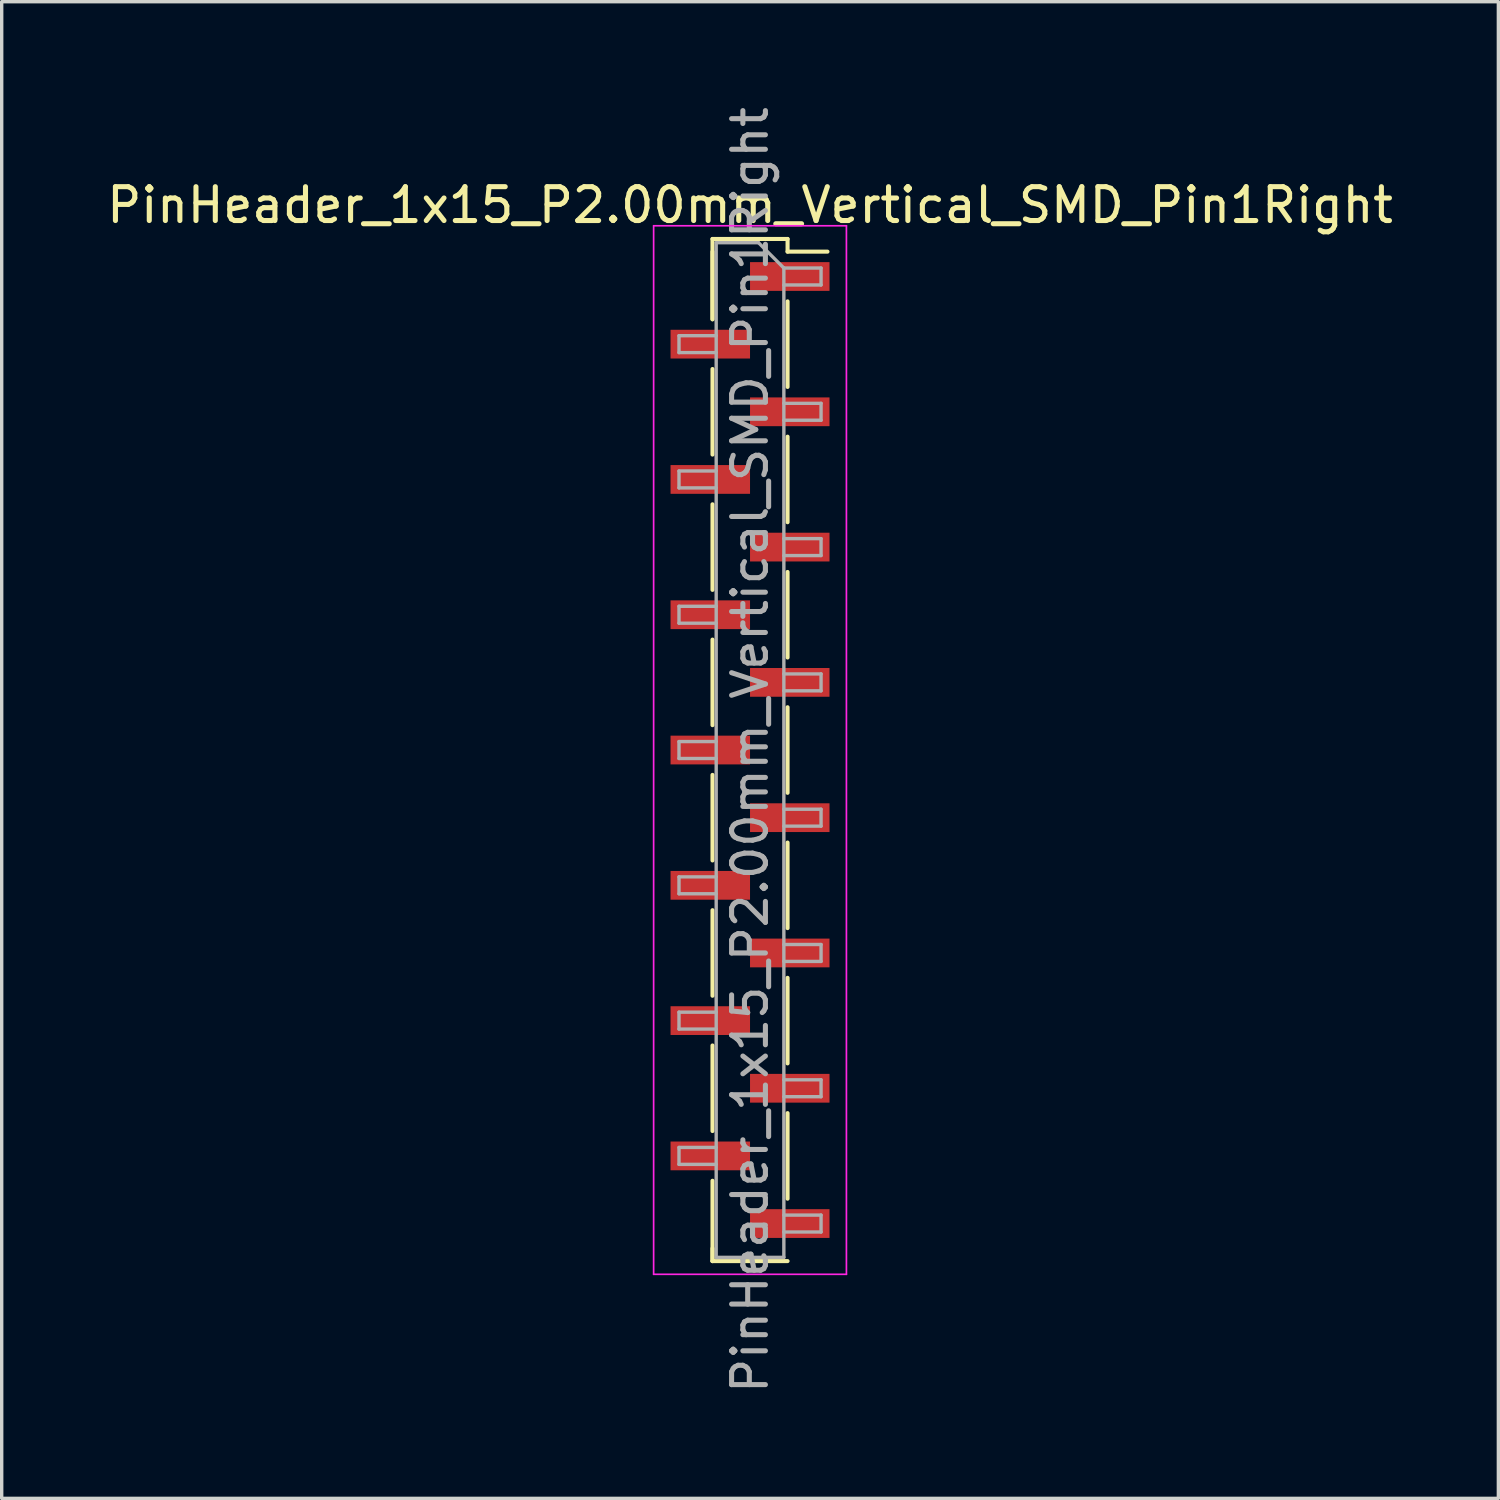
<source format=kicad_pcb>
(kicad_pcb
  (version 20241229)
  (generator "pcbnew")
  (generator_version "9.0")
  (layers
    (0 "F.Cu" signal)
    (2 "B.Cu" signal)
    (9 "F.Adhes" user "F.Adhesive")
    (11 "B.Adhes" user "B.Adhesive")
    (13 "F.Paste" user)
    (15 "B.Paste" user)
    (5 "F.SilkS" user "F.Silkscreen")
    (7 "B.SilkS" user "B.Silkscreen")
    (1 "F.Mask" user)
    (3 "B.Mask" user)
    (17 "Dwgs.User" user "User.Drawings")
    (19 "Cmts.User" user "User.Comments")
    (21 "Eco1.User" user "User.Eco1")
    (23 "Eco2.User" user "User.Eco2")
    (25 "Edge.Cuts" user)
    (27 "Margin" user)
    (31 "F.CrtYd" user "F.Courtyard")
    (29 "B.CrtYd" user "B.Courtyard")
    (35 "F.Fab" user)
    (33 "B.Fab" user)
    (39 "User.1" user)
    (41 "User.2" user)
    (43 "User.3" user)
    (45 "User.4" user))
  (footprint "PinHeader_1x15_P2.00mm_Vertical_SMD_Pin1Right"
    (layer "F.Cu")
    (at 19.125 19.125)
    (property "Reference" "PinHeader_1x15_P2.00mm_Vertical_SMD_Pin1Right" (at 0 -16.11 0) (layer "F.SilkS") (effects (font (size 1 1) (thickness 0.15))))
    (attr smd)
    (fp_line (start -1.11 -15.11) (end -1.11 -12.735) (stroke (width 0.12) (type solid)) (layer "F.SilkS"))
    (fp_line (start -1.11 -15.11) (end 1.11 -15.11) (stroke (width 0.12) (type solid)) (layer "F.SilkS"))
    (fp_line (start -1.11 -14.735) (end -1.11 -12.735) (stroke (width 0.12) (type solid)) (layer "F.SilkS"))
    (fp_line (start -1.11 -11.265) (end -1.11 -8.735) (stroke (width 0.12) (type solid)) (layer "F.SilkS"))
    (fp_line (start -1.11 -7.265) (end -1.11 -4.735) (stroke (width 0.12) (type solid)) (layer "F.SilkS"))
    (fp_line (start -1.11 -3.265) (end -1.11 -0.735) (stroke (width 0.12) (type solid)) (layer "F.SilkS"))
    (fp_line (start -1.11 0.735) (end -1.11 3.265) (stroke (width 0.12) (type solid)) (layer "F.SilkS"))
    (fp_line (start -1.11 4.735) (end -1.11 7.265) (stroke (width 0.12) (type solid)) (layer "F.SilkS"))
    (fp_line (start -1.11 8.735) (end -1.11 11.265) (stroke (width 0.12) (type solid)) (layer "F.SilkS"))
    (fp_line (start -1.11 12.735) (end -1.11 15.11) (stroke (width 0.12) (type solid)) (layer "F.SilkS"))
    (fp_line (start -1.11 14.735) (end -1.11 15.11) (stroke (width 0.12) (type solid)) (layer "F.SilkS"))
    (fp_line (start -1.11 15.11) (end 1.11 15.11) (stroke (width 0.12) (type solid)) (layer "F.SilkS"))
    (fp_line (start 1.11 -15.11) (end 1.11 -14.735) (stroke (width 0.12) (type solid)) (layer "F.SilkS"))
    (fp_line (start 1.11 -14.735) (end 2.29 -14.735) (stroke (width 0.12) (type solid)) (layer "F.SilkS"))
    (fp_line (start 1.11 -13.265) (end 1.11 -10.735) (stroke (width 0.12) (type solid)) (layer "F.SilkS"))
    (fp_line (start 1.11 -9.265) (end 1.11 -6.735) (stroke (width 0.12) (type solid)) (layer "F.SilkS"))
    (fp_line (start 1.11 -5.265) (end 1.11 -2.735) (stroke (width 0.12) (type solid)) (layer "F.SilkS"))
    (fp_line (start 1.11 -1.265) (end 1.11 1.265) (stroke (width 0.12) (type solid)) (layer "F.SilkS"))
    (fp_line (start 1.11 2.735) (end 1.11 5.265) (stroke (width 0.12) (type solid)) (layer "F.SilkS"))
    (fp_line (start 1.11 6.735) (end 1.11 9.265) (stroke (width 0.12) (type solid)) (layer "F.SilkS"))
    (fp_line (start 1.11 10.735) (end 1.11 13.265) (stroke (width 0.12) (type solid)) (layer "F.SilkS"))
    (fp_line (start -2.85 -15.5) (end -2.85 15.5) (stroke (width 0.05) (type solid)) (layer "F.CrtYd"))
    (fp_line (start -2.85 15.5) (end 2.85 15.5) (stroke (width 0.05) (type solid)) (layer "F.CrtYd"))
    (fp_line (start 2.85 -15.5) (end -2.85 -15.5) (stroke (width 0.05) (type solid)) (layer "F.CrtYd"))
    (fp_line (start 2.85 15.5) (end 2.85 -15.5) (stroke (width 0.05) (type solid)) (layer "F.CrtYd"))
    (fp_line (start -2.1 -12.25) (end -2.1 -11.75) (stroke (width 0.1) (type solid)) (layer "F.Fab"))
    (fp_line (start -2.1 -11.75) (end -1 -11.75) (stroke (width 0.1) (type solid)) (layer "F.Fab"))
    (fp_line (start -2.1 -8.25) (end -2.1 -7.75) (stroke (width 0.1) (type solid)) (layer "F.Fab"))
    (fp_line (start -2.1 -7.75) (end -1 -7.75) (stroke (width 0.1) (type solid)) (layer "F.Fab"))
    (fp_line (start -2.1 -4.25) (end -2.1 -3.75) (stroke (width 0.1) (type solid)) (layer "F.Fab"))
    (fp_line (start -2.1 -3.75) (end -1 -3.75) (stroke (width 0.1) (type solid)) (layer "F.Fab"))
    (fp_line (start -2.1 -0.25) (end -2.1 0.25) (stroke (width 0.1) (type solid)) (layer "F.Fab"))
    (fp_line (start -2.1 0.25) (end -1 0.25) (stroke (width 0.1) (type solid)) (layer "F.Fab"))
    (fp_line (start -2.1 3.75) (end -2.1 4.25) (stroke (width 0.1) (type solid)) (layer "F.Fab"))
    (fp_line (start -2.1 4.25) (end -1 4.25) (stroke (width 0.1) (type solid)) (layer "F.Fab"))
    (fp_line (start -2.1 7.75) (end -2.1 8.25) (stroke (width 0.1) (type solid)) (layer "F.Fab"))
    (fp_line (start -2.1 8.25) (end -1 8.25) (stroke (width 0.1) (type solid)) (layer "F.Fab"))
    (fp_line (start -2.1 11.75) (end -2.1 12.25) (stroke (width 0.1) (type solid)) (layer "F.Fab"))
    (fp_line (start -2.1 12.25) (end -1 12.25) (stroke (width 0.1) (type solid)) (layer "F.Fab"))
    (fp_line (start -1 -15) (end -1 15) (stroke (width 0.1) (type solid)) (layer "F.Fab"))
    (fp_line (start -1 -15) (end 0.25 -15) (stroke (width 0.1) (type solid)) (layer "F.Fab"))
    (fp_line (start -1 -12.25) (end -2.1 -12.25) (stroke (width 0.1) (type solid)) (layer "F.Fab"))
    (fp_line (start -1 -8.25) (end -2.1 -8.25) (stroke (width 0.1) (type solid)) (layer "F.Fab"))
    (fp_line (start -1 -4.25) (end -2.1 -4.25) (stroke (width 0.1) (type solid)) (layer "F.Fab"))
    (fp_line (start -1 -0.25) (end -2.1 -0.25) (stroke (width 0.1) (type solid)) (layer "F.Fab"))
    (fp_line (start -1 3.75) (end -2.1 3.75) (stroke (width 0.1) (type solid)) (layer "F.Fab"))
    (fp_line (start -1 7.75) (end -2.1 7.75) (stroke (width 0.1) (type solid)) (layer "F.Fab"))
    (fp_line (start -1 11.75) (end -2.1 11.75) (stroke (width 0.1) (type solid)) (layer "F.Fab"))
    (fp_line (start 1 -14.25) (end 0.25 -15) (stroke (width 0.1) (type solid)) (layer "F.Fab"))
    (fp_line (start 1 -14.25) (end 2.1 -14.25) (stroke (width 0.1) (type solid)) (layer "F.Fab"))
    (fp_line (start 1 -10.25) (end 2.1 -10.25) (stroke (width 0.1) (type solid)) (layer "F.Fab"))
    (fp_line (start 1 -6.25) (end 2.1 -6.25) (stroke (width 0.1) (type solid)) (layer "F.Fab"))
    (fp_line (start 1 -2.25) (end 2.1 -2.25) (stroke (width 0.1) (type solid)) (layer "F.Fab"))
    (fp_line (start 1 1.75) (end 2.1 1.75) (stroke (width 0.1) (type solid)) (layer "F.Fab"))
    (fp_line (start 1 5.75) (end 2.1 5.75) (stroke (width 0.1) (type solid)) (layer "F.Fab"))
    (fp_line (start 1 9.75) (end 2.1 9.75) (stroke (width 0.1) (type solid)) (layer "F.Fab"))
    (fp_line (start 1 13.75) (end 2.1 13.75) (stroke (width 0.1) (type solid)) (layer "F.Fab"))
    (fp_line (start 1 15) (end -1 15) (stroke (width 0.1) (type solid)) (layer "F.Fab"))
    (fp_line (start 1 15) (end 1 -14.25) (stroke (width 0.1) (type solid)) (layer "F.Fab"))
    (fp_line (start 2.1 -14.25) (end 2.1 -13.75) (stroke (width 0.1) (type solid)) (layer "F.Fab"))
    (fp_line (start 2.1 -13.75) (end 1 -13.75) (stroke (width 0.1) (type solid)) (layer "F.Fab"))
    (fp_line (start 2.1 -10.25) (end 2.1 -9.75) (stroke (width 0.1) (type solid)) (layer "F.Fab"))
    (fp_line (start 2.1 -9.75) (end 1 -9.75) (stroke (width 0.1) (type solid)) (layer "F.Fab"))
    (fp_line (start 2.1 -6.25) (end 2.1 -5.75) (stroke (width 0.1) (type solid)) (layer "F.Fab"))
    (fp_line (start 2.1 -5.75) (end 1 -5.75) (stroke (width 0.1) (type solid)) (layer "F.Fab"))
    (fp_line (start 2.1 -2.25) (end 2.1 -1.75) (stroke (width 0.1) (type solid)) (layer "F.Fab"))
    (fp_line (start 2.1 -1.75) (end 1 -1.75) (stroke (width 0.1) (type solid)) (layer "F.Fab"))
    (fp_line (start 2.1 1.75) (end 2.1 2.25) (stroke (width 0.1) (type solid)) (layer "F.Fab"))
    (fp_line (start 2.1 2.25) (end 1 2.25) (stroke (width 0.1) (type solid)) (layer "F.Fab"))
    (fp_line (start 2.1 5.75) (end 2.1 6.25) (stroke (width 0.1) (type solid)) (layer "F.Fab"))
    (fp_line (start 2.1 6.25) (end 1 6.25) (stroke (width 0.1) (type solid)) (layer "F.Fab"))
    (fp_line (start 2.1 9.75) (end 2.1 10.25) (stroke (width 0.1) (type solid)) (layer "F.Fab"))
    (fp_line (start 2.1 10.25) (end 1 10.25) (stroke (width 0.1) (type solid)) (layer "F.Fab"))
    (fp_line (start 2.1 13.75) (end 2.1 14.25) (stroke (width 0.1) (type solid)) (layer "F.Fab"))
    (fp_line (start 2.1 14.25) (end 1 14.25) (stroke (width 0.1) (type solid)) (layer "F.Fab"))
    (fp_text user "${REFERENCE}" (at 0 0 90) (layer "F.Fab") (effects (font (size 1 1) (thickness 0.15))))
    (pad "1" smd rect (at 1.175 -14) (size 2.35 0.85) (layers "F.Cu" "F.Mask" "F.Paste"))
    (pad "2" smd rect (at -1.175 -12) (size 2.35 0.85) (layers "F.Cu" "F.Mask" "F.Paste"))
    (pad "3" smd rect (at 1.175 -10) (size 2.35 0.85) (layers "F.Cu" "F.Mask" "F.Paste"))
    (pad "4" smd rect (at -1.175 -8) (size 2.35 0.85) (layers "F.Cu" "F.Mask" "F.Paste"))
    (pad "5" smd rect (at 1.175 -6) (size 2.35 0.85) (layers "F.Cu" "F.Mask" "F.Paste"))
    (pad "6" smd rect (at -1.175 -4) (size 2.35 0.85) (layers "F.Cu" "F.Mask" "F.Paste"))
    (pad "7" smd rect (at 1.175 -2) (size 2.35 0.85) (layers "F.Cu" "F.Mask" "F.Paste"))
    (pad "8" smd rect (at -1.175 0) (size 2.35 0.85) (layers "F.Cu" "F.Mask" "F.Paste"))
    (pad "9" smd rect (at 1.175 2) (size 2.35 0.85) (layers "F.Cu" "F.Mask" "F.Paste"))
    (pad "10" smd rect (at -1.175 4) (size 2.35 0.85) (layers "F.Cu" "F.Mask" "F.Paste"))
    (pad "11" smd rect (at 1.175 6) (size 2.35 0.85) (layers "F.Cu" "F.Mask" "F.Paste"))
    (pad "12" smd rect (at -1.175 8) (size 2.35 0.85) (layers "F.Cu" "F.Mask" "F.Paste"))
    (pad "13" smd rect (at 1.175 10) (size 2.35 0.85) (layers "F.Cu" "F.Mask" "F.Paste"))
    (pad "14" smd rect (at -1.175 12) (size 2.35 0.85) (layers "F.Cu" "F.Mask" "F.Paste"))
    (pad "15" smd rect (at 1.175 14) (size 2.35 0.85) (layers "F.Cu" "F.Mask" "F.Paste")))
  (gr_rect
    (start -3 -3)
    (end 41.25 41.25)
    (stroke (width 0.1) (type default))
    (fill no)
    (layer "Edge.Cuts")))
</source>
